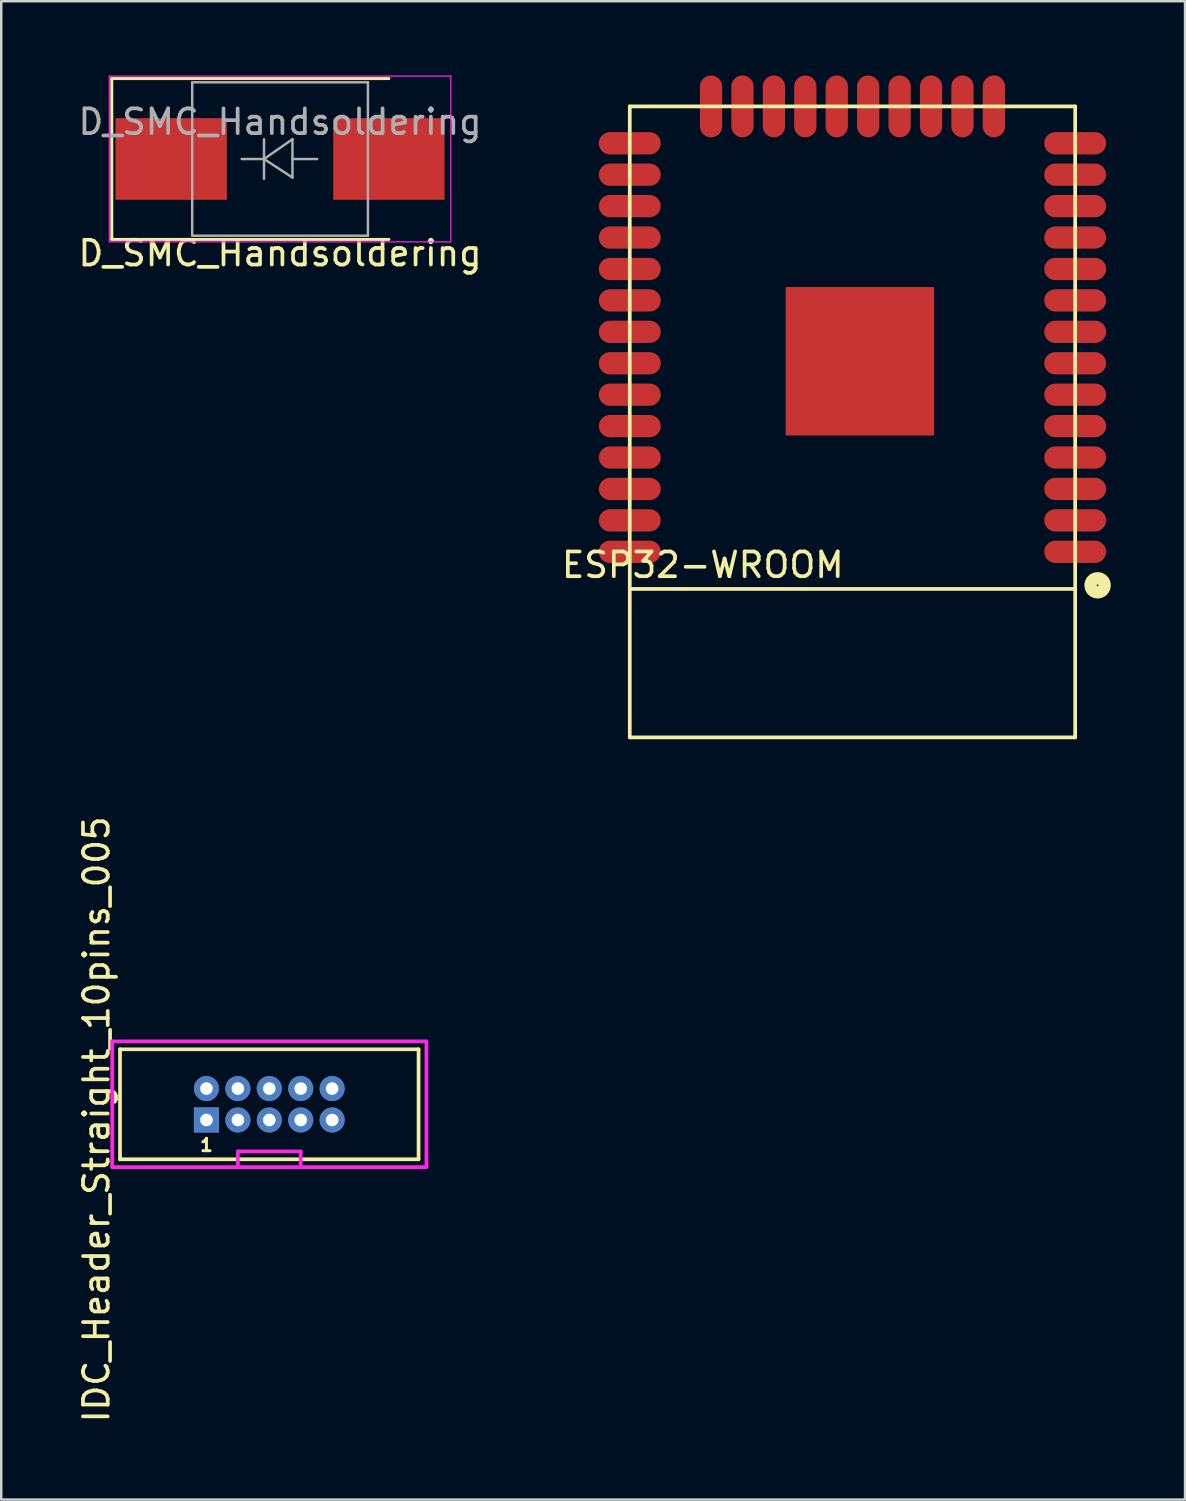
<source format=kicad_pcb>
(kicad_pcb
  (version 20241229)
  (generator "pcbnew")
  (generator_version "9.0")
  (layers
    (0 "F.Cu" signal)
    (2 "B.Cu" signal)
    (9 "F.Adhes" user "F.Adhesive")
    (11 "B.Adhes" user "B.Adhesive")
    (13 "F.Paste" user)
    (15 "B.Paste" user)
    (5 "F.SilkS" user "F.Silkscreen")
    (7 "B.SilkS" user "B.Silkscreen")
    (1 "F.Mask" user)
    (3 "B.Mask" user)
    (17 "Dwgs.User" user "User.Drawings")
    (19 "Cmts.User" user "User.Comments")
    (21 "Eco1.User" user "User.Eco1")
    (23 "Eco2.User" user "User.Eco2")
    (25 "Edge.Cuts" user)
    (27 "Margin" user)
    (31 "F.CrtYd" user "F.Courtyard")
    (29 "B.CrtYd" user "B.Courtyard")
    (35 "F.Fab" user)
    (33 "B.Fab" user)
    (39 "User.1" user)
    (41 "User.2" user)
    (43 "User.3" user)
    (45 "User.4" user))
  (footprint "IDC_Header_Straight_10pins_005"
    (layer "F.Cu")
    (at 5.293 42.212)
    (property "Reference" "IDC_Header_Straight_10pins_005" (at -4.445 -0.024 90) (layer "F.SilkS") (effects (font (size 1 1) (thickness 0.15))))
    (attr through_hole)
    (fp_line (start -3.493 -2.857) (end 8.572 -2.857) (stroke (width 0.15) (type solid)) (layer "F.SilkS"))
    (fp_line (start -3.493 1.587) (end -3.493 -2.857) (stroke (width 0.15) (type solid)) (layer "F.SilkS"))
    (fp_line (start 8.572 -2.857) (end 8.572 1.587) (stroke (width 0.15) (type solid)) (layer "F.SilkS"))
    (fp_line (start 8.572 1.587) (end -3.493 1.587) (stroke (width 0.15) (type solid)) (layer "F.SilkS"))
    (fp_line (start -3.81 -3.175) (end 8.89 -3.175) (stroke (width 0.15) (type solid)) (layer "F.CrtYd"))
    (fp_line (start -3.81 1.905) (end -3.81 -3.175) (stroke (width 0.15) (type solid)) (layer "F.CrtYd"))
    (fp_line (start 1.27 1.27) (end 3.81 1.27) (stroke (width 0.15) (type solid)) (layer "F.CrtYd"))
    (fp_line (start 1.27 1.905) (end 1.27 1.27) (stroke (width 0.15) (type solid)) (layer "F.CrtYd"))
    (fp_line (start 3.81 1.27) (end 3.81 1.905) (stroke (width 0.15) (type solid)) (layer "F.CrtYd"))
    (fp_line (start 8.89 -3.175) (end 8.89 1.905) (stroke (width 0.15) (type solid)) (layer "F.CrtYd"))
    (fp_line (start 8.89 1.905) (end -3.81 1.905) (stroke (width 0.15) (type solid)) (layer "F.CrtYd"))
    (fp_text user "1" (at 0 1.016 0) (layer "F.SilkS") (effects (font (size 0.5 0.5) (thickness 0.12))))
    (pad "1" thru_hole rect (at 0 0) (size 1.016 1.016) (drill 0.508) (layers "*.Cu" "*.Mask"))
    (pad "2" thru_hole oval (at 0 -1.27) (size 1.016 1.016) (drill 0.508) (layers "*.Cu" "*.Mask"))
    (pad "3" thru_hole oval (at 1.27 0) (size 1.016 1.016) (drill 0.508) (layers "*.Cu" "*.Mask"))
    (pad "4" thru_hole oval (at 1.27 -1.27) (size 1.016 1.016) (drill 0.508) (layers "*.Cu" "*.Mask"))
    (pad "5" thru_hole oval (at 2.54 0) (size 1.016 1.016) (drill 0.508) (layers "*.Cu" "*.Mask"))
    (pad "6" thru_hole oval (at 2.54 -1.27) (size 1.016 1.016) (drill 0.508) (layers "*.Cu" "*.Mask"))
    (pad "7" thru_hole oval (at 3.81 0) (size 1.016 1.016) (drill 0.508) (layers "*.Cu" "*.Mask"))
    (pad "8" thru_hole oval (at 3.81 -1.27) (size 1.016 1.016) (drill 0.508) (layers "*.Cu" "*.Mask"))
    (pad "9" thru_hole oval (at 5.08 0) (size 1.016 1.016) (drill 0.508) (layers "*.Cu" "*.Mask"))
    (pad "10" thru_hole oval (at 5.08 -1.27) (size 1.016 1.016) (drill 0.508) (layers "*.Cu" "*.Mask")))
  (footprint "D_SMC_Handsoldering"
    (layer "F.Cu")
    (at 8.268 3.375)
    (property "Reference" "D_SMC_Handsoldering" (at 0 3.81 0) (layer "F.SilkS") (effects (font (size 1 1) (thickness 0.15))))
    (attr smd)
    (fp_line (start -6.8 -3.25) (end 4.4 -3.25) (stroke (width 0.12) (type solid)) (layer "F.SilkS"))
    (fp_line (start -6.8 3.25) (end -6.8 -3.25) (stroke (width 0.12) (type solid)) (layer "F.SilkS"))
    (fp_line (start -6.8 3.25) (end 4.4 3.25) (stroke (width 0.12) (type solid)) (layer "F.SilkS"))
    (fp_line (start -6.9 -3.35) (end 6.9 -3.35) (stroke (width 0.05) (type solid)) (layer "F.CrtYd"))
    (fp_line (start -6.9 3.35) (end -6.9 -3.35) (stroke (width 0.05) (type solid)) (layer "F.CrtYd"))
    (fp_line (start 6.9 -3.35) (end 6.9 3.35) (stroke (width 0.05) (type solid)) (layer "F.CrtYd"))
    (fp_line (start 6.9 3.35) (end -6.9 3.35) (stroke (width 0.05) (type solid)) (layer "F.CrtYd"))
    (fp_line (start -3.55 3.1) (end -3.55 -3.1) (stroke (width 0.1) (type solid)) (layer "F.Fab"))
    (fp_line (start -0.649 -0.799) (end -0.649 0.801) (stroke (width 0.1) (type solid)) (layer "F.Fab"))
    (fp_line (start -0.649 0.001) (end -1.551 0.001) (stroke (width 0.1) (type solid)) (layer "F.Fab"))
    (fp_line (start -0.649 0.001) (end 0.501 -0.799) (stroke (width 0.1) (type solid)) (layer "F.Fab"))
    (fp_line (start -0.649 0.001) (end 0.501 0.75) (stroke (width 0.1) (type solid)) (layer "F.Fab"))
    (fp_line (start 0.501 0.001) (end 1.499 0.001) (stroke (width 0.1) (type solid)) (layer "F.Fab"))
    (fp_line (start 0.501 0.75) (end 0.501 -0.799) (stroke (width 0.1) (type solid)) (layer "F.Fab"))
    (fp_line (start 3.55 -3.1) (end -3.55 -3.1) (stroke (width 0.1) (type solid)) (layer "F.Fab"))
    (fp_line (start 3.55 -3.1) (end 3.55 3.1) (stroke (width 0.1) (type solid)) (layer "F.Fab"))
    (fp_line (start 3.55 3.1) (end -3.55 3.1) (stroke (width 0.1) (type solid)) (layer "F.Fab"))
    (fp_text user "${REFERENCE}" (at 0 -1.5 0) (layer "F.Fab") (effects (font (size 1 1) (thickness 0.15))))
    (pad "1" smd rect (at -4.4 0 90) (size 3.3 4.5) (layers "F.Cu" "F.Mask" "F.Paste"))
    (pad "2" smd rect (at 4.4 0 90) (size 3.3 4.5) (layers "F.Cu" "F.Mask" "F.Paste")))
  (footprint "ESP32-WROOM"
    (layer "F.Cu")
    (at 31.401 14)
    (property "Reference" "ESP32-WROOM" (at -6.05 5.781 0) (layer "F.SilkS") (effects (font (size 1 1) (thickness 0.15))))
    (attr through_hole)
    (fp_line (start -9 -12.75) (end 9 -12.75) (stroke (width 0.15) (type solid)) (layer "F.SilkS"))
    (fp_line (start -9 6.75) (end 9 6.75) (stroke (width 0.15) (type solid)) (layer "F.SilkS"))
    (fp_line (start -9 12.75) (end -9 -12.75) (stroke (width 0.15) (type solid)) (layer "F.SilkS"))
    (fp_line (start -9 12.75) (end 9 12.75) (stroke (width 0.15) (type solid)) (layer "F.SilkS"))
    (fp_line (start 9 12.75) (end 9 -12.75) (stroke (width 0.15) (type solid)) (layer "F.SilkS"))
    (fp_circle (center 9.906 6.604) (end 10.033 6.858) (stroke (width 0.5) (type solid)) (fill no) (layer "F.SilkS"))
    (pad "1" smd oval (at 9 5.25) (size 2.5 0.9) (layers "F.Cu" "F.Mask" "F.Paste"))
    (pad "2" smd oval (at 9 3.98) (size 2.5 0.9) (layers "F.Cu" "F.Mask" "F.Paste"))
    (pad "3" smd oval (at 9 2.71) (size 2.5 0.9) (layers "F.Cu" "F.Mask" "F.Paste"))
    (pad "4" smd oval (at 9 1.44) (size 2.5 0.9) (layers "F.Cu" "F.Mask" "F.Paste"))
    (pad "5" smd oval (at 9 0.17) (size 2.5 0.9) (layers "F.Cu" "F.Mask" "F.Paste"))
    (pad "6" smd oval (at 9 -1.1) (size 2.5 0.9) (layers "F.Cu" "F.Mask" "F.Paste"))
    (pad "7" smd oval (at 9 -2.37) (size 2.5 0.9) (layers "F.Cu" "F.Mask" "F.Paste"))
    (pad "8" smd oval (at 9 -3.64) (size 2.5 0.9) (layers "F.Cu" "F.Mask" "F.Paste"))
    (pad "9" smd oval (at 9 -4.91) (size 2.5 0.9) (layers "F.Cu" "F.Mask" "F.Paste"))
    (pad "10" smd oval (at 9 -6.18) (size 2.5 0.9) (layers "F.Cu" "F.Mask" "F.Paste"))
    (pad "11" smd oval (at 9 -7.45) (size 2.5 0.9) (layers "F.Cu" "F.Mask" "F.Paste"))
    (pad "12" smd oval (at 9 -8.72) (size 2.5 0.9) (layers "F.Cu" "F.Mask" "F.Paste"))
    (pad "13" smd oval (at 9 -9.99) (size 2.5 0.9) (layers "F.Cu" "F.Mask" "F.Paste"))
    (pad "14" smd oval (at 9 -11.26) (size 2.5 0.9) (layers "F.Cu" "F.Mask" "F.Paste"))
    (pad "15" smd oval (at 5.715 -12.75) (size 0.9 2.5) (layers "F.Cu" "F.Mask" "F.Paste"))
    (pad "16" smd oval (at 4.445 -12.75) (size 0.9 2.5) (layers "F.Cu" "F.Mask" "F.Paste"))
    (pad "17" smd oval (at 3.175 -12.75) (size 0.9 2.5) (layers "F.Cu" "F.Mask" "F.Paste"))
    (pad "18" smd oval (at 1.905 -12.75) (size 0.9 2.5) (layers "F.Cu" "F.Mask" "F.Paste"))
    (pad "19" smd oval (at 0.635 -12.75) (size 0.9 2.5) (layers "F.Cu" "F.Mask" "F.Paste"))
    (pad "20" smd oval (at -0.635 -12.75) (size 0.9 2.5) (layers "F.Cu" "F.Mask" "F.Paste"))
    (pad "21" smd oval (at -1.905 -12.75) (size 0.9 2.5) (layers "F.Cu" "F.Mask" "F.Paste"))
    (pad "22" smd oval (at -3.175 -12.75) (size 0.9 2.5) (layers "F.Cu" "F.Mask" "F.Paste"))
    (pad "23" smd oval (at -4.445 -12.75) (size 0.9 2.5) (layers "F.Cu" "F.Mask" "F.Paste"))
    (pad "24" smd oval (at -5.715 -12.75) (size 0.9 2.5) (layers "F.Cu" "F.Mask" "F.Paste"))
    (pad "25" smd oval (at -9 -11.26) (size 2.5 0.9) (layers "F.Cu" "F.Mask" "F.Paste"))
    (pad "26" smd oval (at -9 -9.99) (size 2.5 0.9) (layers "F.Cu" "F.Mask" "F.Paste"))
    (pad "27" smd oval (at -9 -8.72) (size 2.5 0.9) (layers "F.Cu" "F.Mask" "F.Paste"))
    (pad "28" smd oval (at -9 -7.45) (size 2.5 0.9) (layers "F.Cu" "F.Mask" "F.Paste"))
    (pad "29" smd oval (at -9 -6.18) (size 2.5 0.9) (layers "F.Cu" "F.Mask" "F.Paste"))
    (pad "30" smd oval (at -9 -4.91) (size 2.5 0.9) (layers "F.Cu" "F.Mask" "F.Paste"))
    (pad "31" smd oval (at -9 -3.64) (size 2.5 0.9) (layers "F.Cu" "F.Mask" "F.Paste"))
    (pad "32" smd oval (at -9 -2.37) (size 2.5 0.9) (layers "F.Cu" "F.Mask" "F.Paste"))
    (pad "33" smd oval (at -9 -1.1) (size 2.5 0.9) (layers "F.Cu" "F.Mask" "F.Paste"))
    (pad "34" smd oval (at -9 0.17) (size 2.5 0.9) (layers "F.Cu" "F.Mask" "F.Paste"))
    (pad "35" smd oval (at -9 1.44) (size 2.5 0.9) (layers "F.Cu" "F.Mask" "F.Paste"))
    (pad "36" smd oval (at -9 2.71) (size 2.5 0.9) (layers "F.Cu" "F.Mask" "F.Paste"))
    (pad "37" smd oval (at -9 3.98) (size 2.5 0.9) (layers "F.Cu" "F.Mask" "F.Paste"))
    (pad "38" smd oval (at -9 5.25) (size 2.5 0.9) (layers "F.Cu" "F.Mask" "F.Paste"))
    (pad "39" smd rect (at 0.3 -2.45) (size 6 6) (layers "F.Cu" "F.Mask" "F.Paste")))
  (gr_rect
    (start -3 -3)
    (end 44.841 57.551)
    (stroke (width 0.1) (type default))
    (fill no)
    (layer "Edge.Cuts")))
</source>
